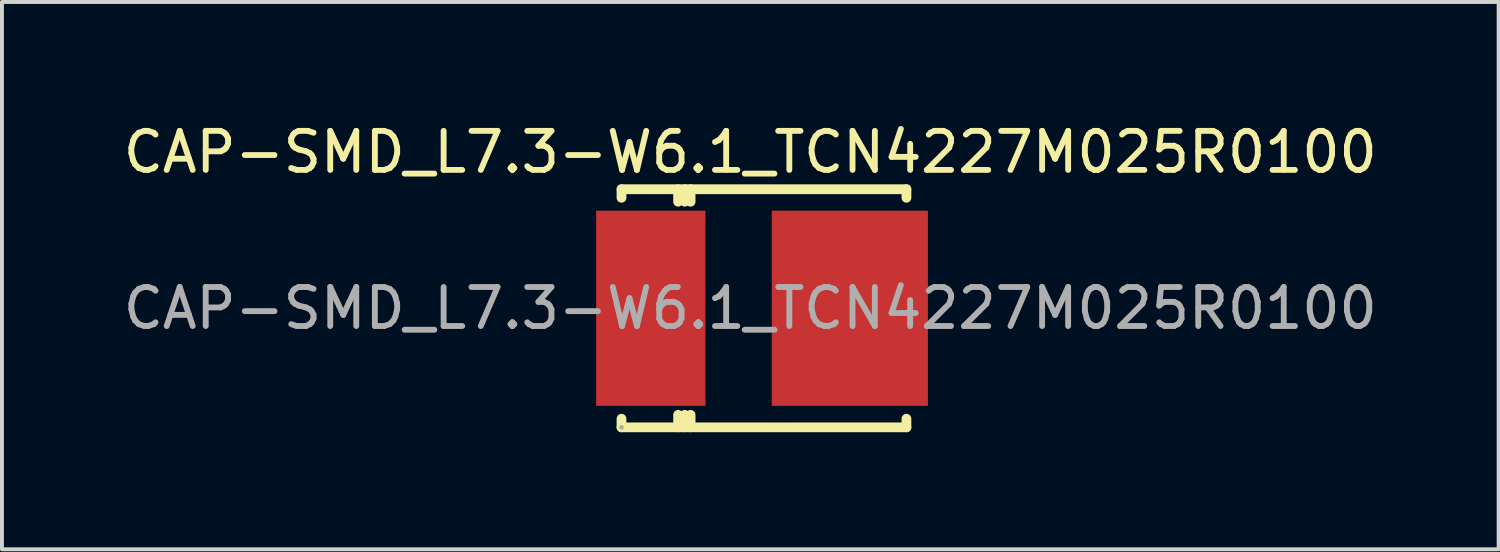
<source format=kicad_pcb>
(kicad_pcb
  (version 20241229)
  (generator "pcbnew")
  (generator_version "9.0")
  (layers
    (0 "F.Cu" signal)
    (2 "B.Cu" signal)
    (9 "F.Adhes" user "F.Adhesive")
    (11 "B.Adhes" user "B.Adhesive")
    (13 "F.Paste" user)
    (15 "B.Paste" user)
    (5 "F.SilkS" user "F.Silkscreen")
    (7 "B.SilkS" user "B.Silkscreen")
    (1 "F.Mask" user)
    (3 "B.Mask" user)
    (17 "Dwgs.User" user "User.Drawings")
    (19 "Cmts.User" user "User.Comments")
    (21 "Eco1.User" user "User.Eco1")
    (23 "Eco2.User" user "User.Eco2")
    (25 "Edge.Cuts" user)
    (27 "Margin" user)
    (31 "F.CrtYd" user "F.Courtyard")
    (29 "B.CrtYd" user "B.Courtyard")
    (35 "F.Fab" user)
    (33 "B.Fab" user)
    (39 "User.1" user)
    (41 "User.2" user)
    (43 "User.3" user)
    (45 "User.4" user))
  (footprint "CAP-SMD_L7.3-W6.1_TCN4227M025R0100"
    (layer "F.Cu")
    (at 16.173 4.848)
    (property "Reference" "CAP-SMD_L7.3-W6.1_TCN4227M025R0100" (at 0 -4 0) (layer "F.SilkS") (effects (font (size 1 1) (thickness 0.15))))
    (attr smd)
    (fp_line (start -3.3 -3.05) (end 4 -3.05) (stroke (width 0.25) (type solid)) (layer "F.SilkS"))
    (fp_line (start -3.3 -2.83) (end -3.3 -3.05) (stroke (width 0.25) (type solid)) (layer "F.SilkS"))
    (fp_line (start -3.3 3.05) (end -3.3 2.83) (stroke (width 0.25) (type solid)) (layer "F.SilkS"))
    (fp_line (start -1.85 -3.05) (end -1.85 -2.73) (stroke (width 0.25) (type solid)) (layer "F.SilkS"))
    (fp_line (start -1.85 2.73) (end -1.85 3.05) (stroke (width 0.25) (type solid)) (layer "F.SilkS"))
    (fp_line (start -1.68 -2.73) (end -1.68 -3.05) (stroke (width 0.25) (type solid)) (layer "F.SilkS"))
    (fp_line (start -1.68 3.05) (end -1.68 2.73) (stroke (width 0.25) (type solid)) (layer "F.SilkS"))
    (fp_line (start -1.53 -3.05) (end -1.53 -2.73) (stroke (width 0.25) (type solid)) (layer "F.SilkS"))
    (fp_line (start -1.53 2.73) (end -1.53 3.05) (stroke (width 0.25) (type solid)) (layer "F.SilkS"))
    (fp_line (start 4 -3.05) (end 4 -2.83) (stroke (width 0.25) (type solid)) (layer "F.SilkS"))
    (fp_line (start 4 2.83) (end 4 3.05) (stroke (width 0.25) (type solid)) (layer "F.SilkS"))
    (fp_line (start 4 3.05) (end -3.3 3.05) (stroke (width 0.25) (type solid)) (layer "F.SilkS"))
    (fp_circle (center -3.3 3.05) (end -3.27 3.05) (stroke (width 0.06) (type solid)) (fill no) (layer "F.Fab"))
    (fp_text user "${REFERENCE}" (at 0 0 0) (layer "F.Fab") (effects (font (size 1 1) (thickness 0.15))))
    (pad "1" smd rect (at -2.55 0 180) (size 2.8 5) (layers "F.Cu" "F.Mask" "F.Paste"))
    (pad "2" smd rect (at 2.55 0 180) (size 4 5) (layers "F.Cu" "F.Mask" "F.Paste")))
  (gr_rect
    (start -3 -3)
    (end 35.345 11.023)
    (stroke (width 0.1) (type default))
    (fill no)
    (layer "Edge.Cuts")))
</source>
